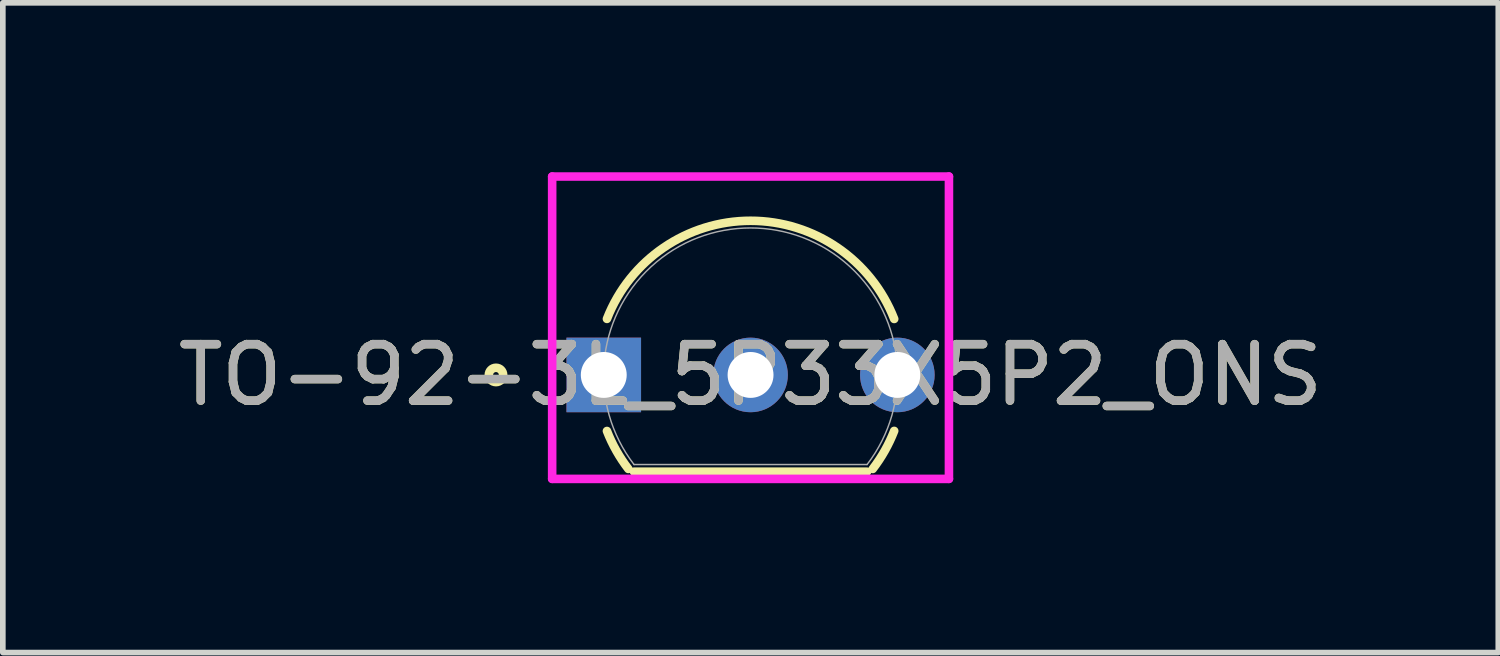
<source format=kicad_pcb>
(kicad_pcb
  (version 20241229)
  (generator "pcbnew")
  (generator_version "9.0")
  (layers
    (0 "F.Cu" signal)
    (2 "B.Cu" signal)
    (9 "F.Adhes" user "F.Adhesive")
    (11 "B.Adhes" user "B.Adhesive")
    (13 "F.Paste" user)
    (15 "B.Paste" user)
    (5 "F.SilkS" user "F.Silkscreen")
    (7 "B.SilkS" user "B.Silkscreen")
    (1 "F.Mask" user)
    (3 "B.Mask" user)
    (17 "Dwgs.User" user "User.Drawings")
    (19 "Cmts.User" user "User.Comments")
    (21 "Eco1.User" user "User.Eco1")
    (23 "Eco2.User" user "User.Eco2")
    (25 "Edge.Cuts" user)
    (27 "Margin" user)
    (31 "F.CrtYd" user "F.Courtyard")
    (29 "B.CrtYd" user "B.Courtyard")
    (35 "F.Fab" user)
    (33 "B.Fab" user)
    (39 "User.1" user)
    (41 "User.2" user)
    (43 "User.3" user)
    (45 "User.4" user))
  (footprint "TO-92-3L_5P33X5P2_ONS"
    (layer "F.Cu")
    (at 7.644 3.591)
    (property "Reference" "TO-92-3L_5P33X5P2_ONS" (at 2.6 0 0) (unlocked yes) (layer "F.SilkS") (effects (font (size 1 1) (thickness 0.15))))
    (attr through_hole)
    (fp_line (start 0.536 1.714) (end 4.664 1.714) (stroke (width 0.152) (type solid)) (layer "F.SilkS"))
    (fp_arc (start 0.056517 -0.99314) (mid 2.600845 -2.7305) (end 5.144097 -0.991565) (stroke (width 0.1524) (type solid)) (layer "F.SilkS"))
    (fp_arc (start 0.435836 1.66494) (mid 0.22233 1.342504) (end 0.056518 0.993141) (stroke (width 0.1524) (type solid)) (layer "F.SilkS"))
    (fp_arc (start 5.144097 0.991565) (mid 4.978085 1.341768) (end 4.764164 1.66494) (stroke (width 0.1524) (type solid)) (layer "F.SilkS"))
    (fp_circle (center -1.909 0) (end -1.782 0) (stroke (width 0.152) (type solid)) (fill no) (layer "F.SilkS"))
    (fp_line (start -0.914 -3.514) (end 6.114 -3.514) (stroke (width 0.152) (type solid)) (layer "F.CrtYd"))
    (fp_line (start -0.914 1.841) (end -0.914 -3.514) (stroke (width 0.152) (type solid)) (layer "F.CrtYd"))
    (fp_line (start 6.114 -3.514) (end 6.114 1.841) (stroke (width 0.152) (type solid)) (layer "F.CrtYd"))
    (fp_line (start 6.114 1.841) (end -0.914 1.841) (stroke (width 0.152) (type solid)) (layer "F.CrtYd"))
    (fp_line (start -0.254 0) (end 0.254 0) (stroke (width 0.152) (type solid)) (layer "F.Fab"))
    (fp_line (start 0 0.254) (end 0 -0.254) (stroke (width 0.152) (type solid)) (layer "F.Fab"))
    (fp_line (start 0.536 1.587) (end 4.664 1.587) (stroke (width 0.025) (type solid)) (layer "F.Fab"))
    (fp_arc (start 0.536493 1.587499) (mid 2.600001 -2.6035) (end 4.663506 1.5875) (stroke (width 0.0254) (type solid)) (layer "F.Fab"))
    (fp_circle (center 0.251 0) (end 0.378 0) (stroke (width 0.025) (type solid)) (fill no) (layer "F.Fab"))
    (fp_text user "${REFERENCE}" (at 2.6 0 0) (unlocked yes) (layer "F.Fab") (effects (font (size 1 1) (thickness 0.15))))
    (pad "1" thru_hole rect (at 0 0) (size 1.321 1.321) (drill 0.813) (layers "*.Cu" "*.Mask"))
    (pad "2" thru_hole circle (at 2.6 0) (size 1.321 1.321) (drill 0.813) (layers "*.Cu" "*.Mask"))
    (pad "3" thru_hole circle (at 5.2 0) (size 1.321 1.321) (drill 0.813) (layers "*.Cu" "*.Mask")))
  (gr_rect
    (start -3 -3)
    (end 23.488 8.508)
    (stroke (width 0.1) (type default))
    (fill no)
    (layer "Edge.Cuts")))
</source>
